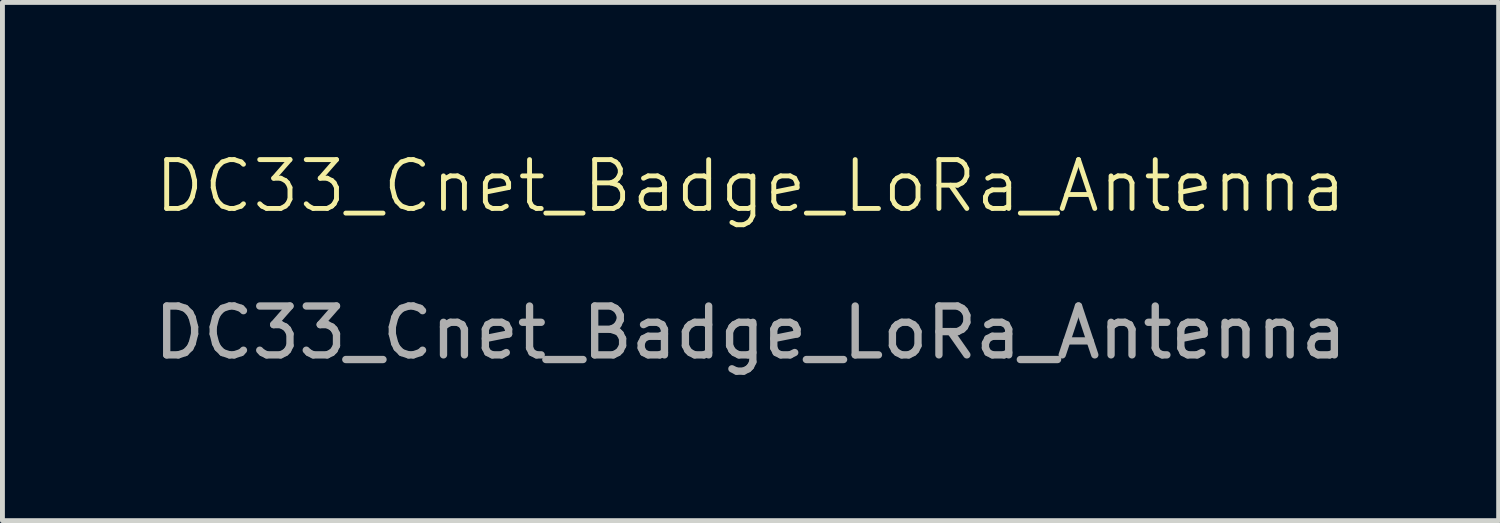
<source format=kicad_pcb>
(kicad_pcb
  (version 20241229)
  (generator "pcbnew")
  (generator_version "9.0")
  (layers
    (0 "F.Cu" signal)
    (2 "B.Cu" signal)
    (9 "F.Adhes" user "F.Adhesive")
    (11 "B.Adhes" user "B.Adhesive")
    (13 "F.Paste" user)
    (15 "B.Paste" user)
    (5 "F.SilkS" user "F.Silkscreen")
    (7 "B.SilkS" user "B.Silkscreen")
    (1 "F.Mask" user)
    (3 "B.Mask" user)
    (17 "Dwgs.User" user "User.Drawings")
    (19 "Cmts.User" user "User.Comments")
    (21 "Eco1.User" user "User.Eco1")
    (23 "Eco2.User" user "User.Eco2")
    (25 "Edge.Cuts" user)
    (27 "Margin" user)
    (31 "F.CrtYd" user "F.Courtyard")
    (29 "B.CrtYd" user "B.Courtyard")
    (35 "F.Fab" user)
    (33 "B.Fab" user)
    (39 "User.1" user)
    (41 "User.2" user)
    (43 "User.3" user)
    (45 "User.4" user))
  (footprint "DC33_Cnet_Badge_LoRa_Antenna"
    (layer "F.Cu")
    (at 12.315 1.26)
    (property "Reference" "DC33_Cnet_Badge_LoRa_Antenna" (at 0 -0.5 0) (unlocked yes) (layer "F.SilkS") (effects (font (size 1 1) (thickness 0.1))))
    (attr smd)
    (fp_text user "${REFERENCE}" (at 0 2.5 0) (unlocked yes) (layer "F.Fab") (effects (font (size 1 1) (thickness 0.15)))))
  (gr_rect
    (start -3 -3)
    (end 27.631 7.609)
    (stroke (width 0.1) (type default))
    (fill no)
    (layer "Edge.Cuts")))
</source>
